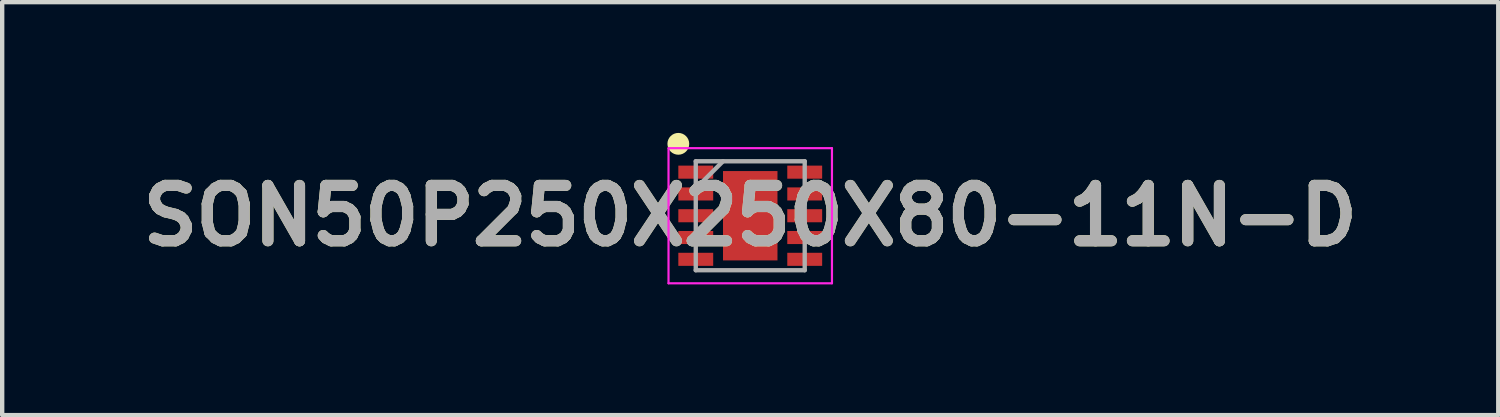
<source format=kicad_pcb>
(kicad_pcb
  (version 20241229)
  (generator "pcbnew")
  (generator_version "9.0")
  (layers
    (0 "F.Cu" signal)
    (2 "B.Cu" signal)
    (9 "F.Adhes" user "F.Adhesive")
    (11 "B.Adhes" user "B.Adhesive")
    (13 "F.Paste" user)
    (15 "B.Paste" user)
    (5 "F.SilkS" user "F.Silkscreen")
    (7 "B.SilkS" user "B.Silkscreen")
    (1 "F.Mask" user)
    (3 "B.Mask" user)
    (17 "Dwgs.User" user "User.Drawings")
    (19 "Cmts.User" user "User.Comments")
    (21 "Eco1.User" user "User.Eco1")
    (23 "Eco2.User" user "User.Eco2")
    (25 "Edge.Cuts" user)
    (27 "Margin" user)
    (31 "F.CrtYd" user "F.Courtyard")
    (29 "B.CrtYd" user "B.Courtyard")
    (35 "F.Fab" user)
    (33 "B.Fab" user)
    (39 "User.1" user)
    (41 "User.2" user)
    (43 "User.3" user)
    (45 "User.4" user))
  (footprint "SON50P250X250X80-11N-D"
    (layer "F.Cu")
    (at 14.164 1.9)
    (property "Reference" "SON50P250X250X80-11N-D" (at 0 0 0) (layer "F.SilkS") (effects (font (size 1.27 1.27) (thickness 0.254))))
    (attr smd)
    (fp_circle (center -1.65 -1.65) (end -1.65 -1.525) (stroke (width 0.25) (type solid)) (fill no) (layer "F.SilkS"))
    (fp_line (start -1.875 -1.55) (end 1.875 -1.55) (stroke (width 0.05) (type solid)) (layer "F.CrtYd"))
    (fp_line (start -1.875 1.55) (end -1.875 -1.55) (stroke (width 0.05) (type solid)) (layer "F.CrtYd"))
    (fp_line (start 1.875 -1.55) (end 1.875 1.55) (stroke (width 0.05) (type solid)) (layer "F.CrtYd"))
    (fp_line (start 1.875 1.55) (end -1.875 1.55) (stroke (width 0.05) (type solid)) (layer "F.CrtYd"))
    (fp_line (start -1.25 -1.25) (end 1.25 -1.25) (stroke (width 0.1) (type solid)) (layer "F.Fab"))
    (fp_line (start -1.25 -0.625) (end -0.625 -1.25) (stroke (width 0.1) (type solid)) (layer "F.Fab"))
    (fp_line (start -1.25 1.25) (end -1.25 -1.25) (stroke (width 0.1) (type solid)) (layer "F.Fab"))
    (fp_line (start 1.25 -1.25) (end 1.25 1.25) (stroke (width 0.1) (type solid)) (layer "F.Fab"))
    (fp_line (start 1.25 1.25) (end -1.25 1.25) (stroke (width 0.1) (type solid)) (layer "F.Fab"))
    (fp_text user "${REFERENCE}" (at 0 0 0) (layer "F.Fab") (effects (font (size 1.27 1.27) (thickness 0.254))))
    (pad "1" smd rect (at -1.25 -1 90) (size 0.3 0.8) (layers "F.Cu" "F.Mask" "F.Paste"))
    (pad "2" smd rect (at -1.25 -0.5 90) (size 0.3 0.8) (layers "F.Cu" "F.Mask" "F.Paste"))
    (pad "3" smd rect (at -1.25 0 90) (size 0.3 0.8) (layers "F.Cu" "F.Mask" "F.Paste"))
    (pad "4" smd rect (at -1.25 0.5 90) (size 0.3 0.8) (layers "F.Cu" "F.Mask" "F.Paste"))
    (pad "5" smd rect (at -1.25 1 90) (size 0.3 0.8) (layers "F.Cu" "F.Mask" "F.Paste"))
    (pad "6" smd rect (at 1.25 1 90) (size 0.3 0.8) (layers "F.Cu" "F.Mask" "F.Paste"))
    (pad "7" smd rect (at 1.25 0.5 90) (size 0.3 0.8) (layers "F.Cu" "F.Mask" "F.Paste"))
    (pad "8" smd rect (at 1.25 0 90) (size 0.3 0.8) (layers "F.Cu" "F.Mask" "F.Paste"))
    (pad "9" smd rect (at 1.25 -0.5 90) (size 0.3 0.8) (layers "F.Cu" "F.Mask" "F.Paste"))
    (pad "10" smd rect (at 1.25 -1 90) (size 0.3 0.8) (layers "F.Cu" "F.Mask" "F.Paste"))
    (pad "11" smd rect (at 0 0) (size 1.25 2.05) (layers "F.Cu" "F.Mask" "F.Paste")))
  (gr_rect
    (start -3 -3)
    (end 31.327 6.475)
    (stroke (width 0.1) (type default))
    (fill no)
    (layer "Edge.Cuts")))
</source>
